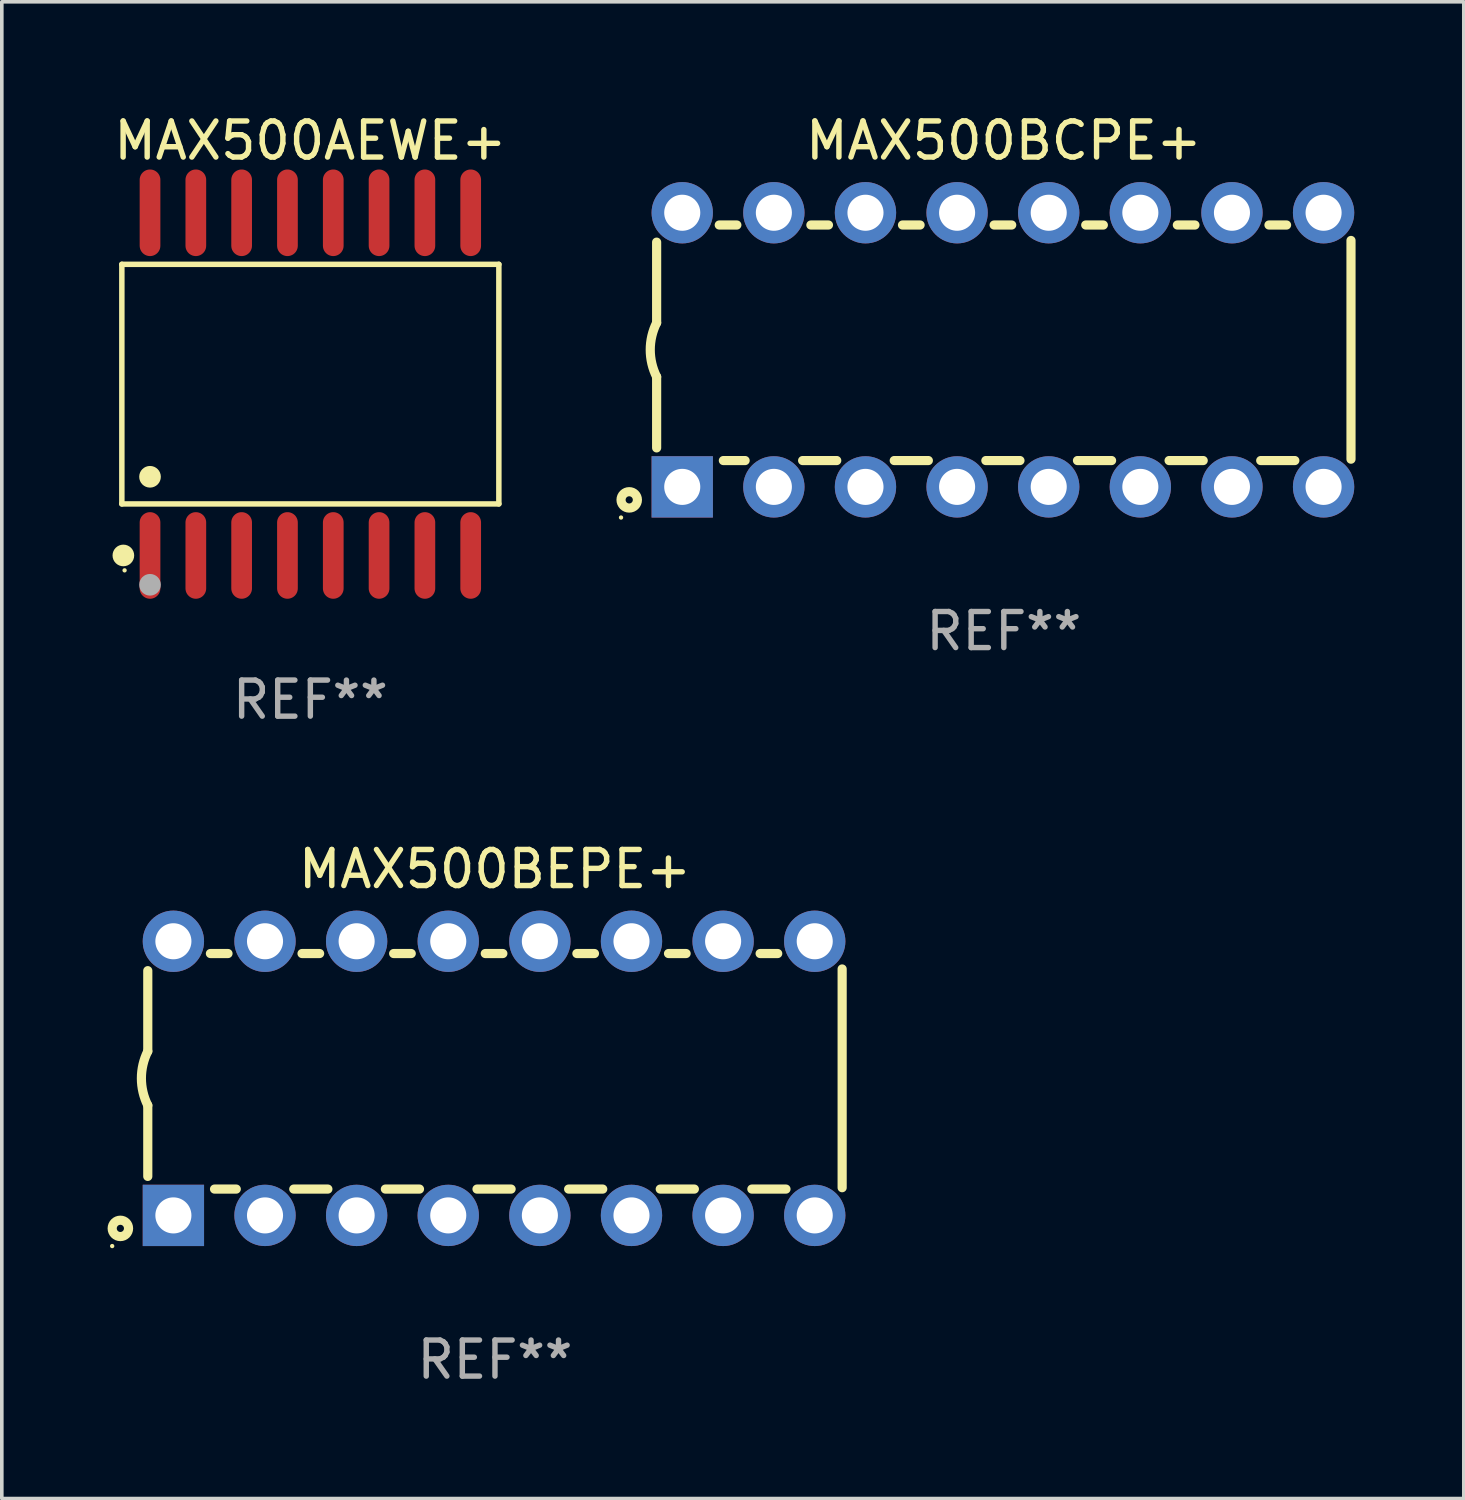
<source format=kicad_pcb>
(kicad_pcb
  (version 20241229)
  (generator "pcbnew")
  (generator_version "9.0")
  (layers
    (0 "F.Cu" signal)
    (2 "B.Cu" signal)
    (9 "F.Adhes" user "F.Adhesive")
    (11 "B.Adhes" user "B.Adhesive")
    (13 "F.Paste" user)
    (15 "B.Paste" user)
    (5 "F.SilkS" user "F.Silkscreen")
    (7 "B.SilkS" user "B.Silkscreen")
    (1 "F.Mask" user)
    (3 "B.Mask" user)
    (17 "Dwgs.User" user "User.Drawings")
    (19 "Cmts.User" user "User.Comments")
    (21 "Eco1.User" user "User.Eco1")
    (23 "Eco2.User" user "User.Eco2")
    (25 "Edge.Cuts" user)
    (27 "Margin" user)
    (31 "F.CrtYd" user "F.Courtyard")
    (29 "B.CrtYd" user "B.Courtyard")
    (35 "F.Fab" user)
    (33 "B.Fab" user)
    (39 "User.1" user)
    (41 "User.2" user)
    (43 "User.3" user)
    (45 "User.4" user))
  (footprint "MAX500AEWE+"
    (layer "F.Cu")
    (at 5.554 7.599)
    (property "Reference" "MAX500AEWE+" (at 0 -6.75 0) (layer "F.SilkS") (effects (font (size 1 1) (thickness 0.15))))
    (attr through_hole)
    (fp_line (start -5.226 -3.321) (end 5.226 -3.321) (stroke (width 0.152) (type solid)) (layer "F.SilkS"))
    (fp_line (start -5.226 3.321) (end -5.226 -3.321) (stroke (width 0.152) (type solid)) (layer "F.SilkS"))
    (fp_line (start 5.226 -3.321) (end 5.226 3.321) (stroke (width 0.152) (type solid)) (layer "F.SilkS"))
    (fp_line (start 5.226 3.321) (end -5.226 3.321) (stroke (width 0.152) (type solid)) (layer "F.SilkS"))
    (fp_circle (center -5.184 4.75) (end -5.034 4.75) (stroke (width 0.3) (type solid)) (fill no) (layer "F.SilkS"))
    (fp_circle (center -5.15 5.163) (end -5.12 5.163) (stroke (width 0.06) (type solid)) (fill no) (layer "F.SilkS"))
    (fp_circle (center -4.445 2.569) (end -4.295 2.569) (stroke (width 0.3) (type solid)) (fill no) (layer "F.SilkS"))
    (fp_circle (center -4.445 5.563) (end -4.295 5.563) (stroke (width 0.3) (type solid)) (fill no) (layer "F.Fab"))
    (fp_text user "REF**" (at 0 8.75 0) (layer "F.Fab") (effects (font (size 1 1) (thickness 0.15))))
    (pad "1" smd oval (at -4.445 4.75) (size 0.574 2.401) (layers "F.Cu" "F.Mask" "F.Paste"))
    (pad "2" smd oval (at -3.175 4.75) (size 0.574 2.401) (layers "F.Cu" "F.Mask" "F.Paste"))
    (pad "3" smd oval (at -1.905 4.75) (size 0.574 2.401) (layers "F.Cu" "F.Mask" "F.Paste"))
    (pad "4" smd oval (at -0.635 4.75) (size 0.574 2.401) (layers "F.Cu" "F.Mask" "F.Paste"))
    (pad "5" smd oval (at 0.635 4.75) (size 0.574 2.401) (layers "F.Cu" "F.Mask" "F.Paste"))
    (pad "6" smd oval (at 1.905 4.75) (size 0.574 2.401) (layers "F.Cu" "F.Mask" "F.Paste"))
    (pad "7" smd oval (at 3.175 4.75) (size 0.574 2.401) (layers "F.Cu" "F.Mask" "F.Paste"))
    (pad "8" smd oval (at 4.445 4.75) (size 0.574 2.401) (layers "F.Cu" "F.Mask" "F.Paste"))
    (pad "9" smd oval (at 4.445 -4.75) (size 0.574 2.401) (layers "F.Cu" "F.Mask" "F.Paste"))
    (pad "10" smd oval (at 3.175 -4.75) (size 0.574 2.401) (layers "F.Cu" "F.Mask" "F.Paste"))
    (pad "11" smd oval (at 1.905 -4.75) (size 0.574 2.401) (layers "F.Cu" "F.Mask" "F.Paste"))
    (pad "12" smd oval (at 0.635 -4.75) (size 0.574 2.401) (layers "F.Cu" "F.Mask" "F.Paste"))
    (pad "13" smd oval (at -0.635 -4.75) (size 0.574 2.401) (layers "F.Cu" "F.Mask" "F.Paste"))
    (pad "14" smd oval (at -1.905 -4.75) (size 0.574 2.401) (layers "F.Cu" "F.Mask" "F.Paste"))
    (pad "15" smd oval (at -3.175 -4.75) (size 0.574 2.401) (layers "F.Cu" "F.Mask" "F.Paste"))
    (pad "16" smd oval (at -4.445 -4.75) (size 0.574 2.401) (layers "F.Cu" "F.Mask" "F.Paste")))
  (footprint "MAX500BEPE+"
    (layer "F.Cu")
    (at 10.672 26.845)
    (property "Reference" "MAX500BEPE+" (at 0 -5.8 0) (layer "F.SilkS") (effects (font (size 1 1) (thickness 0.15))))
    (attr through_hole)
    (fp_line (start -9.625 -0.75) (end -9.625 -2.985) (stroke (width 0.254) (type solid)) (layer "F.SilkS"))
    (fp_line (start -9.625 0.749) (end -9.625 2.719) (stroke (width 0.254) (type solid)) (layer "F.SilkS"))
    (fp_line (start -7.889 -3.46) (end -7.401 -3.46) (stroke (width 0.254) (type solid)) (layer "F.SilkS"))
    (fp_line (start -7.775 3.07) (end -7.172 3.07) (stroke (width 0.254) (type solid)) (layer "F.SilkS"))
    (fp_line (start -5.578 3.07) (end -4.632 3.07) (stroke (width 0.254) (type solid)) (layer "F.SilkS"))
    (fp_line (start -5.349 -3.46) (end -4.861 -3.46) (stroke (width 0.254) (type solid)) (layer "F.SilkS"))
    (fp_line (start -3.038 3.07) (end -2.092 3.07) (stroke (width 0.254) (type solid)) (layer "F.SilkS"))
    (fp_line (start -2.809 -3.46) (end -2.321 -3.46) (stroke (width 0.254) (type solid)) (layer "F.SilkS"))
    (fp_line (start -0.498 3.07) (end 0.448 3.07) (stroke (width 0.254) (type solid)) (layer "F.SilkS"))
    (fp_line (start -0.269 -3.46) (end 0.219 -3.46) (stroke (width 0.254) (type solid)) (layer "F.SilkS"))
    (fp_line (start 2.042 3.07) (end 2.988 3.07) (stroke (width 0.254) (type solid)) (layer "F.SilkS"))
    (fp_line (start 2.271 -3.46) (end 2.759 -3.46) (stroke (width 0.254) (type solid)) (layer "F.SilkS"))
    (fp_line (start 4.582 3.07) (end 5.528 3.07) (stroke (width 0.254) (type solid)) (layer "F.SilkS"))
    (fp_line (start 4.811 -3.46) (end 5.299 -3.46) (stroke (width 0.254) (type solid)) (layer "F.SilkS"))
    (fp_line (start 7.122 3.07) (end 8.068 3.07) (stroke (width 0.254) (type solid)) (layer "F.SilkS"))
    (fp_line (start 7.351 -3.46) (end 7.839 -3.46) (stroke (width 0.254) (type solid)) (layer "F.SilkS"))
    (fp_line (start 9.625 3.032) (end 9.625 -3.032) (stroke (width 0.254) (type solid)) (layer "F.SilkS"))
    (fp_arc (start -9.62498 0.748819) (mid -9.801899 -0.000581) (end -9.625006 -0.749987) (stroke (width 0.254001) (type solid)) (layer "F.SilkS"))
    (fp_circle (center -10.612 4.65) (end -10.582 4.65) (stroke (width 0.06) (type solid)) (fill no) (layer "F.SilkS"))
    (fp_circle (center -10.385 4.16) (end -10.285 4.16) (stroke (width 0.254) (type solid)) (fill no) (layer "F.SilkS"))
    (fp_text user "REF**" (at 0 7.8 0) (layer "F.Fab") (effects (font (size 1 1) (thickness 0.15))))
    (pad "1" thru_hole rect (at -8.915 3.8 90) (size 1.7 1.7) (drill 1) (layers "*.Cu" "*.Mask"))
    (pad "2" thru_hole circle (at -6.375 3.8) (size 1.7 1.7) (drill 1) (layers "*.Cu" "*.Mask"))
    (pad "3" thru_hole circle (at -3.835 3.8) (size 1.7 1.7) (drill 1) (layers "*.Cu" "*.Mask"))
    (pad "4" thru_hole circle (at -1.295 3.8) (size 1.7 1.7) (drill 1) (layers "*.Cu" "*.Mask"))
    (pad "5" thru_hole circle (at 1.245 3.8) (size 1.7 1.7) (drill 1) (layers "*.Cu" "*.Mask"))
    (pad "6" thru_hole circle (at 3.785 3.8) (size 1.7 1.7) (drill 1) (layers "*.Cu" "*.Mask"))
    (pad "7" thru_hole circle (at 6.325 3.8) (size 1.7 1.7) (drill 1) (layers "*.Cu" "*.Mask"))
    (pad "8" thru_hole circle (at 8.865 3.8) (size 1.7 1.7) (drill 1) (layers "*.Cu" "*.Mask"))
    (pad "9" thru_hole circle (at 8.865 -3.8) (size 1.7 1.7) (drill 1) (layers "*.Cu" "*.Mask"))
    (pad "10" thru_hole circle (at 6.325 -3.8) (size 1.7 1.7) (drill 1) (layers "*.Cu" "*.Mask"))
    (pad "11" thru_hole circle (at 3.785 -3.8) (size 1.7 1.7) (drill 1) (layers "*.Cu" "*.Mask"))
    (pad "12" thru_hole circle (at 1.245 -3.8) (size 1.7 1.7) (drill 1) (layers "*.Cu" "*.Mask"))
    (pad "13" thru_hole circle (at -1.295 -3.8) (size 1.7 1.7) (drill 1) (layers "*.Cu" "*.Mask"))
    (pad "14" thru_hole circle (at -3.835 -3.8) (size 1.7 1.7) (drill 1) (layers "*.Cu" "*.Mask"))
    (pad "15" thru_hole circle (at -6.375 -3.8) (size 1.7 1.7) (drill 1) (layers "*.Cu" "*.Mask"))
    (pad "16" thru_hole circle (at -8.915 -3.8) (size 1.7 1.7) (drill 1) (layers "*.Cu" "*.Mask")))
  (footprint "MAX500BCPE+"
    (layer "F.Cu")
    (at 24.779 6.648)
    (property "Reference" "MAX500BCPE+" (at 0 -5.8 0) (layer "F.SilkS") (effects (font (size 1 1) (thickness 0.15))))
    (attr through_hole)
    (fp_line (start -9.625 -0.75) (end -9.625 -2.985) (stroke (width 0.254) (type solid)) (layer "F.SilkS"))
    (fp_line (start -9.625 0.749) (end -9.625 2.719) (stroke (width 0.254) (type solid)) (layer "F.SilkS"))
    (fp_line (start -7.889 -3.46) (end -7.401 -3.46) (stroke (width 0.254) (type solid)) (layer "F.SilkS"))
    (fp_line (start -7.775 3.07) (end -7.172 3.07) (stroke (width 0.254) (type solid)) (layer "F.SilkS"))
    (fp_line (start -5.578 3.07) (end -4.632 3.07) (stroke (width 0.254) (type solid)) (layer "F.SilkS"))
    (fp_line (start -5.349 -3.46) (end -4.861 -3.46) (stroke (width 0.254) (type solid)) (layer "F.SilkS"))
    (fp_line (start -3.038 3.07) (end -2.092 3.07) (stroke (width 0.254) (type solid)) (layer "F.SilkS"))
    (fp_line (start -2.809 -3.46) (end -2.321 -3.46) (stroke (width 0.254) (type solid)) (layer "F.SilkS"))
    (fp_line (start -0.498 3.07) (end 0.448 3.07) (stroke (width 0.254) (type solid)) (layer "F.SilkS"))
    (fp_line (start -0.269 -3.46) (end 0.219 -3.46) (stroke (width 0.254) (type solid)) (layer "F.SilkS"))
    (fp_line (start 2.042 3.07) (end 2.988 3.07) (stroke (width 0.254) (type solid)) (layer "F.SilkS"))
    (fp_line (start 2.271 -3.46) (end 2.759 -3.46) (stroke (width 0.254) (type solid)) (layer "F.SilkS"))
    (fp_line (start 4.582 3.07) (end 5.528 3.07) (stroke (width 0.254) (type solid)) (layer "F.SilkS"))
    (fp_line (start 4.811 -3.46) (end 5.299 -3.46) (stroke (width 0.254) (type solid)) (layer "F.SilkS"))
    (fp_line (start 7.122 3.07) (end 8.068 3.07) (stroke (width 0.254) (type solid)) (layer "F.SilkS"))
    (fp_line (start 7.351 -3.46) (end 7.839 -3.46) (stroke (width 0.254) (type solid)) (layer "F.SilkS"))
    (fp_line (start 9.625 3.032) (end 9.625 -3.032) (stroke (width 0.254) (type solid)) (layer "F.SilkS"))
    (fp_arc (start -9.62498 0.748819) (mid -9.801899 -0.000581) (end -9.625006 -0.749987) (stroke (width 0.254001) (type solid)) (layer "F.SilkS"))
    (fp_circle (center -10.612 4.65) (end -10.582 4.65) (stroke (width 0.06) (type solid)) (fill no) (layer "F.SilkS"))
    (fp_circle (center -10.385 4.16) (end -10.285 4.16) (stroke (width 0.254) (type solid)) (fill no) (layer "F.SilkS"))
    (fp_text user "REF**" (at 0 7.8 0) (layer "F.Fab") (effects (font (size 1 1) (thickness 0.15))))
    (pad "1" thru_hole rect (at -8.915 3.8 90) (size 1.7 1.7) (drill 1) (layers "*.Cu" "*.Mask"))
    (pad "2" thru_hole circle (at -6.375 3.8) (size 1.7 1.7) (drill 1) (layers "*.Cu" "*.Mask"))
    (pad "3" thru_hole circle (at -3.835 3.8) (size 1.7 1.7) (drill 1) (layers "*.Cu" "*.Mask"))
    (pad "4" thru_hole circle (at -1.295 3.8) (size 1.7 1.7) (drill 1) (layers "*.Cu" "*.Mask"))
    (pad "5" thru_hole circle (at 1.245 3.8) (size 1.7 1.7) (drill 1) (layers "*.Cu" "*.Mask"))
    (pad "6" thru_hole circle (at 3.785 3.8) (size 1.7 1.7) (drill 1) (layers "*.Cu" "*.Mask"))
    (pad "7" thru_hole circle (at 6.325 3.8) (size 1.7 1.7) (drill 1) (layers "*.Cu" "*.Mask"))
    (pad "8" thru_hole circle (at 8.865 3.8) (size 1.7 1.7) (drill 1) (layers "*.Cu" "*.Mask"))
    (pad "9" thru_hole circle (at 8.865 -3.8) (size 1.7 1.7) (drill 1) (layers "*.Cu" "*.Mask"))
    (pad "10" thru_hole circle (at 6.325 -3.8) (size 1.7 1.7) (drill 1) (layers "*.Cu" "*.Mask"))
    (pad "11" thru_hole circle (at 3.785 -3.8) (size 1.7 1.7) (drill 1) (layers "*.Cu" "*.Mask"))
    (pad "12" thru_hole circle (at 1.245 -3.8) (size 1.7 1.7) (drill 1) (layers "*.Cu" "*.Mask"))
    (pad "13" thru_hole circle (at -1.295 -3.8) (size 1.7 1.7) (drill 1) (layers "*.Cu" "*.Mask"))
    (pad "14" thru_hole circle (at -3.835 -3.8) (size 1.7 1.7) (drill 1) (layers "*.Cu" "*.Mask"))
    (pad "15" thru_hole circle (at -6.375 -3.8) (size 1.7 1.7) (drill 1) (layers "*.Cu" "*.Mask"))
    (pad "16" thru_hole circle (at -8.915 -3.8) (size 1.7 1.7) (drill 1) (layers "*.Cu" "*.Mask")))
  (gr_rect
    (start -3 -3)
    (end 37.531 38.494)
    (stroke (width 0.1) (type default))
    (fill no)
    (layer "Edge.Cuts")))
</source>
